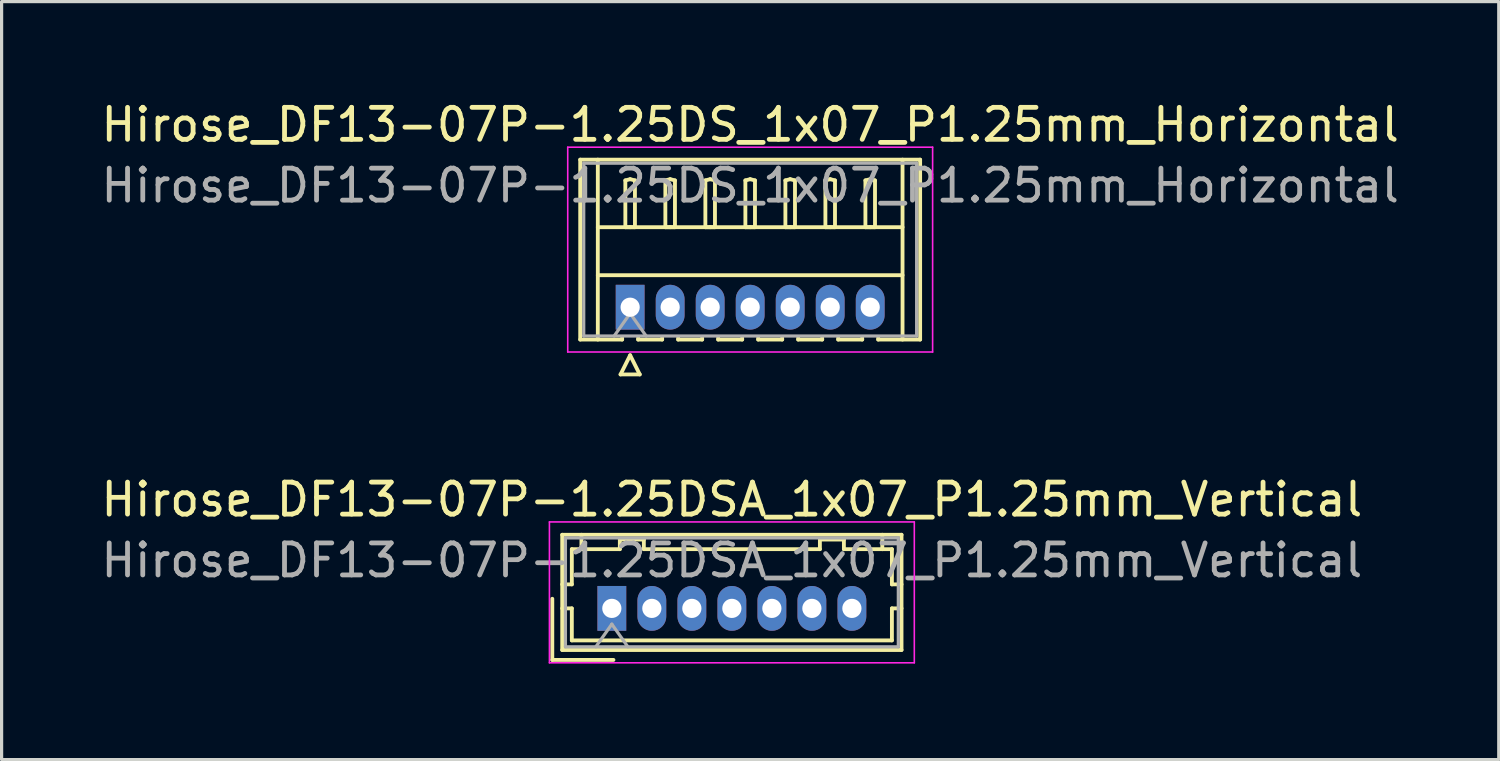
<source format=kicad_pcb>
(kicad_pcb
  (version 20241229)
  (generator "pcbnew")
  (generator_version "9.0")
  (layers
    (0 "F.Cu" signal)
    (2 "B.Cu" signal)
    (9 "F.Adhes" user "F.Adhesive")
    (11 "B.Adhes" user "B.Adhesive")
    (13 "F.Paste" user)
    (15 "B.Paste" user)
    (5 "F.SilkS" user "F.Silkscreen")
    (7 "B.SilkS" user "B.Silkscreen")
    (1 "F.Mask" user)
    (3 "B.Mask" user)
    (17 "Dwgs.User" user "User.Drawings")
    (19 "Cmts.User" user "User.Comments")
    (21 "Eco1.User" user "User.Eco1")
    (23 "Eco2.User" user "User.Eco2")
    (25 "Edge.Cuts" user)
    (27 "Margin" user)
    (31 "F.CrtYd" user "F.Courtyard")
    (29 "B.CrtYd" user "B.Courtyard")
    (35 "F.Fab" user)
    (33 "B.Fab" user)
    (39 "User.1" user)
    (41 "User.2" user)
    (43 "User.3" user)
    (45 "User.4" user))
  (footprint "Hirose_DF13-07P-1.25DS_1x07_P1.25mm_Horizontal"
    (layer "F.Cu")
    (at 16.637 6.548)
    (property "Reference" "Hirose_DF13-07P-1.25DS_1x07_P1.25mm_Horizontal" (at 3.75 -5.7 0) (layer "F.SilkS") (effects (font (size 1 1) (thickness 0.15))))
    (attr through_hole)
    (fp_line (start -1.56 -4.61) (end 9.06 -4.61) (stroke (width 0.12) (type solid)) (layer "F.SilkS"))
    (fp_line (start -1.56 1.01) (end -1.56 -4.61) (stroke (width 0.12) (type solid)) (layer "F.SilkS"))
    (fp_line (start -1.01 -4.61) (end -1.01 1.01) (stroke (width 0.12) (type solid)) (layer "F.SilkS"))
    (fp_line (start -1.01 -2.5) (end 8.51 -2.5) (stroke (width 0.12) (type solid)) (layer "F.SilkS"))
    (fp_line (start -1.01 -1) (end 8.51 -1) (stroke (width 0.12) (type solid)) (layer "F.SilkS"))
    (fp_line (start -0.3 2.1) (end 0.3 2.1) (stroke (width 0.12) (type solid)) (layer "F.SilkS"))
    (fp_line (start -0.25 0.96) (end -0.25 1.01) (stroke (width 0.12) (type solid)) (layer "F.SilkS"))
    (fp_line (start -0.25 1.01) (end -1.56 1.01) (stroke (width 0.12) (type solid)) (layer "F.SilkS"))
    (fp_line (start -0.15 -3.962) (end 0 -4) (stroke (width 0.12) (type solid)) (layer "F.SilkS"))
    (fp_line (start -0.15 -2.5) (end -0.15 -3.962) (stroke (width 0.12) (type solid)) (layer "F.SilkS"))
    (fp_line (start 0 -4) (end 0.15 -3.962) (stroke (width 0.12) (type solid)) (layer "F.SilkS"))
    (fp_line (start 0 -2.5) (end -0.15 -2.5) (stroke (width 0.12) (type solid)) (layer "F.SilkS"))
    (fp_line (start 0 1.5) (end -0.3 2.1) (stroke (width 0.12) (type solid)) (layer "F.SilkS"))
    (fp_line (start 0.15 -3.962) (end 0.15 -2.5) (stroke (width 0.12) (type solid)) (layer "F.SilkS"))
    (fp_line (start 0.15 -2.5) (end 0 -2.5) (stroke (width 0.12) (type solid)) (layer "F.SilkS"))
    (fp_line (start 0.25 0.96) (end 0.25 1.01) (stroke (width 0.12) (type solid)) (layer "F.SilkS"))
    (fp_line (start 0.25 1.01) (end 1 1.01) (stroke (width 0.12) (type solid)) (layer "F.SilkS"))
    (fp_line (start 0.3 2.1) (end 0 1.5) (stroke (width 0.12) (type solid)) (layer "F.SilkS"))
    (fp_line (start 1 1.01) (end 1 0.96) (stroke (width 0.12) (type solid)) (layer "F.SilkS"))
    (fp_line (start 1.1 -3.962) (end 1.25 -4) (stroke (width 0.12) (type solid)) (layer "F.SilkS"))
    (fp_line (start 1.1 -2.5) (end 1.1 -3.962) (stroke (width 0.12) (type solid)) (layer "F.SilkS"))
    (fp_line (start 1.25 -4) (end 1.4 -3.962) (stroke (width 0.12) (type solid)) (layer "F.SilkS"))
    (fp_line (start 1.25 -2.5) (end 1.1 -2.5) (stroke (width 0.12) (type solid)) (layer "F.SilkS"))
    (fp_line (start 1.4 -3.962) (end 1.4 -2.5) (stroke (width 0.12) (type solid)) (layer "F.SilkS"))
    (fp_line (start 1.4 -2.5) (end 1.25 -2.5) (stroke (width 0.12) (type solid)) (layer "F.SilkS"))
    (fp_line (start 1.5 0.96) (end 1.5 1.01) (stroke (width 0.12) (type solid)) (layer "F.SilkS"))
    (fp_line (start 1.5 1.01) (end 2.25 1.01) (stroke (width 0.12) (type solid)) (layer "F.SilkS"))
    (fp_line (start 2.25 1.01) (end 2.25 0.96) (stroke (width 0.12) (type solid)) (layer "F.SilkS"))
    (fp_line (start 2.35 -3.962) (end 2.5 -4) (stroke (width 0.12) (type solid)) (layer "F.SilkS"))
    (fp_line (start 2.35 -2.5) (end 2.35 -3.962) (stroke (width 0.12) (type solid)) (layer "F.SilkS"))
    (fp_line (start 2.5 -4) (end 2.65 -3.962) (stroke (width 0.12) (type solid)) (layer "F.SilkS"))
    (fp_line (start 2.5 -2.5) (end 2.35 -2.5) (stroke (width 0.12) (type solid)) (layer "F.SilkS"))
    (fp_line (start 2.65 -3.962) (end 2.65 -2.5) (stroke (width 0.12) (type solid)) (layer "F.SilkS"))
    (fp_line (start 2.65 -2.5) (end 2.5 -2.5) (stroke (width 0.12) (type solid)) (layer "F.SilkS"))
    (fp_line (start 2.75 0.96) (end 2.75 1.01) (stroke (width 0.12) (type solid)) (layer "F.SilkS"))
    (fp_line (start 2.75 1.01) (end 3.5 1.01) (stroke (width 0.12) (type solid)) (layer "F.SilkS"))
    (fp_line (start 3.5 1.01) (end 3.5 0.96) (stroke (width 0.12) (type solid)) (layer "F.SilkS"))
    (fp_line (start 3.6 -3.962) (end 3.75 -4) (stroke (width 0.12) (type solid)) (layer "F.SilkS"))
    (fp_line (start 3.6 -2.5) (end 3.6 -3.962) (stroke (width 0.12) (type solid)) (layer "F.SilkS"))
    (fp_line (start 3.75 -4) (end 3.9 -3.962) (stroke (width 0.12) (type solid)) (layer "F.SilkS"))
    (fp_line (start 3.75 -2.5) (end 3.6 -2.5) (stroke (width 0.12) (type solid)) (layer "F.SilkS"))
    (fp_line (start 3.9 -3.962) (end 3.9 -2.5) (stroke (width 0.12) (type solid)) (layer "F.SilkS"))
    (fp_line (start 3.9 -2.5) (end 3.75 -2.5) (stroke (width 0.12) (type solid)) (layer "F.SilkS"))
    (fp_line (start 4 0.96) (end 4 1.01) (stroke (width 0.12) (type solid)) (layer "F.SilkS"))
    (fp_line (start 4 1.01) (end 4.75 1.01) (stroke (width 0.12) (type solid)) (layer "F.SilkS"))
    (fp_line (start 4.75 1.01) (end 4.75 0.96) (stroke (width 0.12) (type solid)) (layer "F.SilkS"))
    (fp_line (start 4.85 -3.962) (end 5 -4) (stroke (width 0.12) (type solid)) (layer "F.SilkS"))
    (fp_line (start 4.85 -2.5) (end 4.85 -3.962) (stroke (width 0.12) (type solid)) (layer "F.SilkS"))
    (fp_line (start 5 -4) (end 5.15 -3.962) (stroke (width 0.12) (type solid)) (layer "F.SilkS"))
    (fp_line (start 5 -2.5) (end 4.85 -2.5) (stroke (width 0.12) (type solid)) (layer "F.SilkS"))
    (fp_line (start 5.15 -3.962) (end 5.15 -2.5) (stroke (width 0.12) (type solid)) (layer "F.SilkS"))
    (fp_line (start 5.15 -2.5) (end 5 -2.5) (stroke (width 0.12) (type solid)) (layer "F.SilkS"))
    (fp_line (start 5.25 0.96) (end 5.25 1.01) (stroke (width 0.12) (type solid)) (layer "F.SilkS"))
    (fp_line (start 5.25 1.01) (end 6 1.01) (stroke (width 0.12) (type solid)) (layer "F.SilkS"))
    (fp_line (start 6 1.01) (end 6 0.96) (stroke (width 0.12) (type solid)) (layer "F.SilkS"))
    (fp_line (start 6.1 -3.962) (end 6.25 -4) (stroke (width 0.12) (type solid)) (layer "F.SilkS"))
    (fp_line (start 6.1 -2.5) (end 6.1 -3.962) (stroke (width 0.12) (type solid)) (layer "F.SilkS"))
    (fp_line (start 6.25 -4) (end 6.4 -3.962) (stroke (width 0.12) (type solid)) (layer "F.SilkS"))
    (fp_line (start 6.25 -2.5) (end 6.1 -2.5) (stroke (width 0.12) (type solid)) (layer "F.SilkS"))
    (fp_line (start 6.4 -3.962) (end 6.4 -2.5) (stroke (width 0.12) (type solid)) (layer "F.SilkS"))
    (fp_line (start 6.4 -2.5) (end 6.25 -2.5) (stroke (width 0.12) (type solid)) (layer "F.SilkS"))
    (fp_line (start 6.5 0.96) (end 6.5 1.01) (stroke (width 0.12) (type solid)) (layer "F.SilkS"))
    (fp_line (start 6.5 1.01) (end 7.25 1.01) (stroke (width 0.12) (type solid)) (layer "F.SilkS"))
    (fp_line (start 7.25 1.01) (end 7.25 0.96) (stroke (width 0.12) (type solid)) (layer "F.SilkS"))
    (fp_line (start 7.35 -3.962) (end 7.5 -4) (stroke (width 0.12) (type solid)) (layer "F.SilkS"))
    (fp_line (start 7.35 -2.5) (end 7.35 -3.962) (stroke (width 0.12) (type solid)) (layer "F.SilkS"))
    (fp_line (start 7.5 -4) (end 7.65 -3.962) (stroke (width 0.12) (type solid)) (layer "F.SilkS"))
    (fp_line (start 7.5 -2.5) (end 7.35 -2.5) (stroke (width 0.12) (type solid)) (layer "F.SilkS"))
    (fp_line (start 7.65 -3.962) (end 7.65 -2.5) (stroke (width 0.12) (type solid)) (layer "F.SilkS"))
    (fp_line (start 7.65 -2.5) (end 7.5 -2.5) (stroke (width 0.12) (type solid)) (layer "F.SilkS"))
    (fp_line (start 7.75 1.01) (end 7.75 0.96) (stroke (width 0.12) (type solid)) (layer "F.SilkS"))
    (fp_line (start 8.51 -4.61) (end 8.51 1.01) (stroke (width 0.12) (type solid)) (layer "F.SilkS"))
    (fp_line (start 9.06 -4.61) (end 9.06 1.01) (stroke (width 0.12) (type solid)) (layer "F.SilkS"))
    (fp_line (start 9.06 1.01) (end 7.75 1.01) (stroke (width 0.12) (type solid)) (layer "F.SilkS"))
    (fp_line (start -1.95 -5) (end -1.95 1.4) (stroke (width 0.05) (type solid)) (layer "F.CrtYd"))
    (fp_line (start -1.95 1.4) (end 9.45 1.4) (stroke (width 0.05) (type solid)) (layer "F.CrtYd"))
    (fp_line (start 9.45 -5) (end -1.95 -5) (stroke (width 0.05) (type solid)) (layer "F.CrtYd"))
    (fp_line (start 9.45 1.4) (end 9.45 -5) (stroke (width 0.05) (type solid)) (layer "F.CrtYd"))
    (fp_line (start -1.45 -4.5) (end -1.45 0.9) (stroke (width 0.1) (type solid)) (layer "F.Fab"))
    (fp_line (start -1.45 0.9) (end 8.95 0.9) (stroke (width 0.1) (type solid)) (layer "F.Fab"))
    (fp_line (start -0.5 0.9) (end 0 0.193) (stroke (width 0.1) (type solid)) (layer "F.Fab"))
    (fp_line (start 0 0.193) (end 0.5 0.9) (stroke (width 0.1) (type solid)) (layer "F.Fab"))
    (fp_line (start 8.95 -4.5) (end -1.45 -4.5) (stroke (width 0.1) (type solid)) (layer "F.Fab"))
    (fp_line (start 8.95 0.9) (end 8.95 -4.5) (stroke (width 0.1) (type solid)) (layer "F.Fab"))
    (fp_text user "${REFERENCE}" (at 3.75 -3.8 0) (layer "F.Fab") (effects (font (size 1 1) (thickness 0.15))))
    (pad "1" thru_hole rect (at 0 0) (size 0.9 1.4) (drill 0.6) (layers "*.Cu" "*.Mask"))
    (pad "2" thru_hole oval (at 1.25 0) (size 0.9 1.4) (drill 0.6) (layers "*.Cu" "*.Mask"))
    (pad "3" thru_hole oval (at 2.5 0) (size 0.9 1.4) (drill 0.6) (layers "*.Cu" "*.Mask"))
    (pad "4" thru_hole oval (at 3.75 0) (size 0.9 1.4) (drill 0.6) (layers "*.Cu" "*.Mask"))
    (pad "5" thru_hole oval (at 5 0) (size 0.9 1.4) (drill 0.6) (layers "*.Cu" "*.Mask"))
    (pad "6" thru_hole oval (at 6.25 0) (size 0.9 1.4) (drill 0.6) (layers "*.Cu" "*.Mask"))
    (pad "7" thru_hole oval (at 7.5 0) (size 0.9 1.4) (drill 0.6) (layers "*.Cu" "*.Mask")))
  (footprint "Hirose_DF13-07P-1.25DSA_1x07_P1.25mm_Vertical"
    (layer "F.Cu")
    (at 16.065 15.957)
    (property "Reference" "Hirose_DF13-07P-1.25DSA_1x07_P1.25mm_Vertical" (at 3.75 -3.4 0) (layer "F.SilkS") (effects (font (size 1 1) (thickness 0.15))))
    (attr through_hole)
    (fp_line (start -1.86 -0.3) (end -1.86 1.61) (stroke (width 0.12) (type solid)) (layer "F.SilkS"))
    (fp_line (start -1.86 1.61) (end 0.05 1.61) (stroke (width 0.12) (type solid)) (layer "F.SilkS"))
    (fp_line (start -1.55 -2.3) (end -1.55 1.3) (stroke (width 0.12) (type solid)) (layer "F.SilkS"))
    (fp_line (start -1.55 -0.75) (end -1.25 -0.75) (stroke (width 0.12) (type solid)) (layer "F.SilkS"))
    (fp_line (start -1.55 0) (end -1.25 0) (stroke (width 0.12) (type solid)) (layer "F.SilkS"))
    (fp_line (start -1.55 1.3) (end 9.05 1.3) (stroke (width 0.12) (type solid)) (layer "F.SilkS"))
    (fp_line (start -1.25 -1.85) (end -0.95 -1.85) (stroke (width 0.12) (type solid)) (layer "F.SilkS"))
    (fp_line (start -1.25 -0.75) (end -1.25 -1.85) (stroke (width 0.12) (type solid)) (layer "F.SilkS"))
    (fp_line (start -1.25 0) (end -1.25 1) (stroke (width 0.12) (type solid)) (layer "F.SilkS"))
    (fp_line (start -1.25 1) (end 8.75 1) (stroke (width 0.12) (type solid)) (layer "F.SilkS"))
    (fp_line (start -0.95 -1.85) (end -0.95 -2.3) (stroke (width 0.12) (type solid)) (layer "F.SilkS"))
    (fp_line (start -0.95 -1.85) (end 0.25 -1.85) (stroke (width 0.12) (type solid)) (layer "F.SilkS"))
    (fp_line (start 0.25 -2.15) (end 1 -2.15) (stroke (width 0.12) (type solid)) (layer "F.SilkS"))
    (fp_line (start 0.25 -1.85) (end 0.25 -2.15) (stroke (width 0.12) (type solid)) (layer "F.SilkS"))
    (fp_line (start 1 -2.15) (end 1 -1.85) (stroke (width 0.12) (type solid)) (layer "F.SilkS"))
    (fp_line (start 1 -1.85) (end 6.5 -1.85) (stroke (width 0.12) (type solid)) (layer "F.SilkS"))
    (fp_line (start 6.5 -2.15) (end 7.25 -2.15) (stroke (width 0.12) (type solid)) (layer "F.SilkS"))
    (fp_line (start 6.5 -1.85) (end 6.5 -2.15) (stroke (width 0.12) (type solid)) (layer "F.SilkS"))
    (fp_line (start 7.25 -2.15) (end 7.25 -1.85) (stroke (width 0.12) (type solid)) (layer "F.SilkS"))
    (fp_line (start 7.25 -1.85) (end 8.45 -1.85) (stroke (width 0.12) (type solid)) (layer "F.SilkS"))
    (fp_line (start 8.45 -1.85) (end 8.45 -2.3) (stroke (width 0.12) (type solid)) (layer "F.SilkS"))
    (fp_line (start 8.75 -1.85) (end 8.45 -1.85) (stroke (width 0.12) (type solid)) (layer "F.SilkS"))
    (fp_line (start 8.75 -0.75) (end 8.75 -1.85) (stroke (width 0.12) (type solid)) (layer "F.SilkS"))
    (fp_line (start 8.75 0) (end 9.05 0) (stroke (width 0.12) (type solid)) (layer "F.SilkS"))
    (fp_line (start 8.75 1) (end 8.75 0) (stroke (width 0.12) (type solid)) (layer "F.SilkS"))
    (fp_line (start 9.05 -2.3) (end -1.55 -2.3) (stroke (width 0.12) (type solid)) (layer "F.SilkS"))
    (fp_line (start 9.05 -0.75) (end 8.75 -0.75) (stroke (width 0.12) (type solid)) (layer "F.SilkS"))
    (fp_line (start 9.05 1.3) (end 9.05 -2.3) (stroke (width 0.12) (type solid)) (layer "F.SilkS"))
    (fp_line (start -1.95 -2.7) (end -1.95 1.7) (stroke (width 0.05) (type solid)) (layer "F.CrtYd"))
    (fp_line (start -1.95 1.7) (end 9.45 1.7) (stroke (width 0.05) (type solid)) (layer "F.CrtYd"))
    (fp_line (start 9.45 -2.7) (end -1.95 -2.7) (stroke (width 0.05) (type solid)) (layer "F.CrtYd"))
    (fp_line (start 9.45 1.7) (end 9.45 -2.7) (stroke (width 0.05) (type solid)) (layer "F.CrtYd"))
    (fp_line (start -1.45 -2.2) (end -1.45 1.2) (stroke (width 0.1) (type solid)) (layer "F.Fab"))
    (fp_line (start -1.45 1.2) (end 8.95 1.2) (stroke (width 0.1) (type solid)) (layer "F.Fab"))
    (fp_line (start -0.5 1.2) (end 0 0.493) (stroke (width 0.1) (type solid)) (layer "F.Fab"))
    (fp_line (start 0 0.493) (end 0.5 1.2) (stroke (width 0.1) (type solid)) (layer "F.Fab"))
    (fp_line (start 8.95 -2.2) (end -1.45 -2.2) (stroke (width 0.1) (type solid)) (layer "F.Fab"))
    (fp_line (start 8.95 1.2) (end 8.95 -2.2) (stroke (width 0.1) (type solid)) (layer "F.Fab"))
    (fp_text user "${REFERENCE}" (at 3.75 -1.5 0) (layer "F.Fab") (effects (font (size 1 1) (thickness 0.15))))
    (pad "1" thru_hole rect (at 0 0) (size 0.9 1.4) (drill 0.6) (layers "*.Cu" "*.Mask"))
    (pad "2" thru_hole oval (at 1.25 0) (size 0.9 1.4) (drill 0.6) (layers "*.Cu" "*.Mask"))
    (pad "3" thru_hole oval (at 2.5 0) (size 0.9 1.4) (drill 0.6) (layers "*.Cu" "*.Mask"))
    (pad "4" thru_hole oval (at 3.75 0) (size 0.9 1.4) (drill 0.6) (layers "*.Cu" "*.Mask"))
    (pad "5" thru_hole oval (at 5 0) (size 0.9 1.4) (drill 0.6) (layers "*.Cu" "*.Mask"))
    (pad "6" thru_hole oval (at 6.25 0) (size 0.9 1.4) (drill 0.6) (layers "*.Cu" "*.Mask"))
    (pad "7" thru_hole oval (at 7.5 0) (size 0.9 1.4) (drill 0.6) (layers "*.Cu" "*.Mask")))
  (gr_rect
    (start -3 -3)
    (end 43.774 20.681)
    (stroke (width 0.1) (type default))
    (fill no)
    (layer "Edge.Cuts")))
</source>
